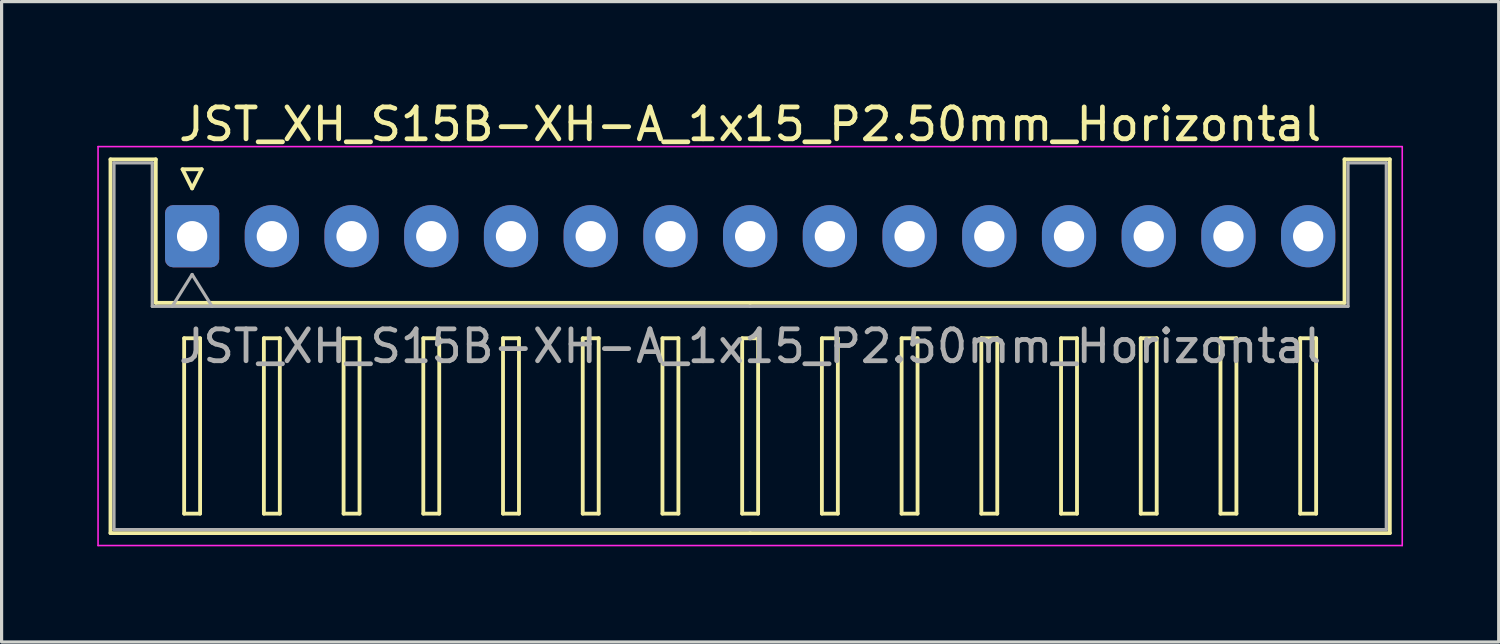
<source format=kicad_pcb>
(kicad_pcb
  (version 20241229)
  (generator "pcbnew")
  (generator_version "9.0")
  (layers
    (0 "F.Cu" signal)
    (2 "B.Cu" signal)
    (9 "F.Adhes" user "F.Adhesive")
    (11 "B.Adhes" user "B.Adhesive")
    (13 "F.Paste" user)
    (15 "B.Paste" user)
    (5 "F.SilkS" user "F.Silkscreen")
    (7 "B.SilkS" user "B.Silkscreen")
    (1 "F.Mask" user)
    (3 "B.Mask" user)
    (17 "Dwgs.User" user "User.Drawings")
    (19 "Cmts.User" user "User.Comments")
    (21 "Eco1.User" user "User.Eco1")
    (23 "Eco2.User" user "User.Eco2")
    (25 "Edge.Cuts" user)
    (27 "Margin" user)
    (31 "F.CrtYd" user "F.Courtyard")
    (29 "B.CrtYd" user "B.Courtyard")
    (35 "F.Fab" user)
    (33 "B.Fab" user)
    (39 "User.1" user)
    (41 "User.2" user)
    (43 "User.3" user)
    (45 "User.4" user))
  (footprint "JST_XH_S15B-XH-A_1x15_P2.50mm_Horizontal"
    (layer "F.Cu")
    (at 2.975 4.358)
    (property "Reference" "JST_XH_S15B-XH-A_1x15_P2.50mm_Horizontal" (at 17.5 -3.51 0) (layer "F.SilkS") (effects (font (size 1 1) (thickness 0.15))))
    (attr through_hole)
    (fp_line (start -2.56 -2.41) (end -1.14 -2.41) (stroke (width 0.12) (type solid)) (layer "F.SilkS"))
    (fp_line (start -2.56 9.31) (end -2.56 -2.41) (stroke (width 0.12) (type solid)) (layer "F.SilkS"))
    (fp_line (start -1.14 -2.41) (end -1.14 2.09) (stroke (width 0.12) (type solid)) (layer "F.SilkS"))
    (fp_line (start -1.14 2.09) (end 17.5 2.09) (stroke (width 0.12) (type solid)) (layer "F.SilkS"))
    (fp_line (start -0.3 -2.1) (end 0.3 -2.1) (stroke (width 0.12) (type solid)) (layer "F.SilkS"))
    (fp_line (start -0.25 3.2) (end -0.25 8.7) (stroke (width 0.12) (type solid)) (layer "F.SilkS"))
    (fp_line (start -0.25 8.7) (end 0.25 8.7) (stroke (width 0.12) (type solid)) (layer "F.SilkS"))
    (fp_line (start 0 -1.5) (end -0.3 -2.1) (stroke (width 0.12) (type solid)) (layer "F.SilkS"))
    (fp_line (start 0.25 3.2) (end -0.25 3.2) (stroke (width 0.12) (type solid)) (layer "F.SilkS"))
    (fp_line (start 0.25 8.7) (end 0.25 3.2) (stroke (width 0.12) (type solid)) (layer "F.SilkS"))
    (fp_line (start 0.3 -2.1) (end 0 -1.5) (stroke (width 0.12) (type solid)) (layer "F.SilkS"))
    (fp_line (start 2.25 3.2) (end 2.25 8.7) (stroke (width 0.12) (type solid)) (layer "F.SilkS"))
    (fp_line (start 2.25 8.7) (end 2.75 8.7) (stroke (width 0.12) (type solid)) (layer "F.SilkS"))
    (fp_line (start 2.75 3.2) (end 2.25 3.2) (stroke (width 0.12) (type solid)) (layer "F.SilkS"))
    (fp_line (start 2.75 8.7) (end 2.75 3.2) (stroke (width 0.12) (type solid)) (layer "F.SilkS"))
    (fp_line (start 4.75 3.2) (end 4.75 8.7) (stroke (width 0.12) (type solid)) (layer "F.SilkS"))
    (fp_line (start 4.75 8.7) (end 5.25 8.7) (stroke (width 0.12) (type solid)) (layer "F.SilkS"))
    (fp_line (start 5.25 3.2) (end 4.75 3.2) (stroke (width 0.12) (type solid)) (layer "F.SilkS"))
    (fp_line (start 5.25 8.7) (end 5.25 3.2) (stroke (width 0.12) (type solid)) (layer "F.SilkS"))
    (fp_line (start 7.25 3.2) (end 7.25 8.7) (stroke (width 0.12) (type solid)) (layer "F.SilkS"))
    (fp_line (start 7.25 8.7) (end 7.75 8.7) (stroke (width 0.12) (type solid)) (layer "F.SilkS"))
    (fp_line (start 7.75 3.2) (end 7.25 3.2) (stroke (width 0.12) (type solid)) (layer "F.SilkS"))
    (fp_line (start 7.75 8.7) (end 7.75 3.2) (stroke (width 0.12) (type solid)) (layer "F.SilkS"))
    (fp_line (start 9.75 3.2) (end 9.75 8.7) (stroke (width 0.12) (type solid)) (layer "F.SilkS"))
    (fp_line (start 9.75 8.7) (end 10.25 8.7) (stroke (width 0.12) (type solid)) (layer "F.SilkS"))
    (fp_line (start 10.25 3.2) (end 9.75 3.2) (stroke (width 0.12) (type solid)) (layer "F.SilkS"))
    (fp_line (start 10.25 8.7) (end 10.25 3.2) (stroke (width 0.12) (type solid)) (layer "F.SilkS"))
    (fp_line (start 12.25 3.2) (end 12.25 8.7) (stroke (width 0.12) (type solid)) (layer "F.SilkS"))
    (fp_line (start 12.25 8.7) (end 12.75 8.7) (stroke (width 0.12) (type solid)) (layer "F.SilkS"))
    (fp_line (start 12.75 3.2) (end 12.25 3.2) (stroke (width 0.12) (type solid)) (layer "F.SilkS"))
    (fp_line (start 12.75 8.7) (end 12.75 3.2) (stroke (width 0.12) (type solid)) (layer "F.SilkS"))
    (fp_line (start 14.75 3.2) (end 14.75 8.7) (stroke (width 0.12) (type solid)) (layer "F.SilkS"))
    (fp_line (start 14.75 8.7) (end 15.25 8.7) (stroke (width 0.12) (type solid)) (layer "F.SilkS"))
    (fp_line (start 15.25 3.2) (end 14.75 3.2) (stroke (width 0.12) (type solid)) (layer "F.SilkS"))
    (fp_line (start 15.25 8.7) (end 15.25 3.2) (stroke (width 0.12) (type solid)) (layer "F.SilkS"))
    (fp_line (start 17.25 3.2) (end 17.25 8.7) (stroke (width 0.12) (type solid)) (layer "F.SilkS"))
    (fp_line (start 17.25 8.7) (end 17.75 8.7) (stroke (width 0.12) (type solid)) (layer "F.SilkS"))
    (fp_line (start 17.5 9.31) (end -2.56 9.31) (stroke (width 0.12) (type solid)) (layer "F.SilkS"))
    (fp_line (start 17.5 9.31) (end 37.56 9.31) (stroke (width 0.12) (type solid)) (layer "F.SilkS"))
    (fp_line (start 17.75 3.2) (end 17.25 3.2) (stroke (width 0.12) (type solid)) (layer "F.SilkS"))
    (fp_line (start 17.75 8.7) (end 17.75 3.2) (stroke (width 0.12) (type solid)) (layer "F.SilkS"))
    (fp_line (start 19.75 3.2) (end 19.75 8.7) (stroke (width 0.12) (type solid)) (layer "F.SilkS"))
    (fp_line (start 19.75 8.7) (end 20.25 8.7) (stroke (width 0.12) (type solid)) (layer "F.SilkS"))
    (fp_line (start 20.25 3.2) (end 19.75 3.2) (stroke (width 0.12) (type solid)) (layer "F.SilkS"))
    (fp_line (start 20.25 8.7) (end 20.25 3.2) (stroke (width 0.12) (type solid)) (layer "F.SilkS"))
    (fp_line (start 22.25 3.2) (end 22.25 8.7) (stroke (width 0.12) (type solid)) (layer "F.SilkS"))
    (fp_line (start 22.25 8.7) (end 22.75 8.7) (stroke (width 0.12) (type solid)) (layer "F.SilkS"))
    (fp_line (start 22.75 3.2) (end 22.25 3.2) (stroke (width 0.12) (type solid)) (layer "F.SilkS"))
    (fp_line (start 22.75 8.7) (end 22.75 3.2) (stroke (width 0.12) (type solid)) (layer "F.SilkS"))
    (fp_line (start 24.75 3.2) (end 24.75 8.7) (stroke (width 0.12) (type solid)) (layer "F.SilkS"))
    (fp_line (start 24.75 8.7) (end 25.25 8.7) (stroke (width 0.12) (type solid)) (layer "F.SilkS"))
    (fp_line (start 25.25 3.2) (end 24.75 3.2) (stroke (width 0.12) (type solid)) (layer "F.SilkS"))
    (fp_line (start 25.25 8.7) (end 25.25 3.2) (stroke (width 0.12) (type solid)) (layer "F.SilkS"))
    (fp_line (start 27.25 3.2) (end 27.25 8.7) (stroke (width 0.12) (type solid)) (layer "F.SilkS"))
    (fp_line (start 27.25 8.7) (end 27.75 8.7) (stroke (width 0.12) (type solid)) (layer "F.SilkS"))
    (fp_line (start 27.75 3.2) (end 27.25 3.2) (stroke (width 0.12) (type solid)) (layer "F.SilkS"))
    (fp_line (start 27.75 8.7) (end 27.75 3.2) (stroke (width 0.12) (type solid)) (layer "F.SilkS"))
    (fp_line (start 29.75 3.2) (end 29.75 8.7) (stroke (width 0.12) (type solid)) (layer "F.SilkS"))
    (fp_line (start 29.75 8.7) (end 30.25 8.7) (stroke (width 0.12) (type solid)) (layer "F.SilkS"))
    (fp_line (start 30.25 3.2) (end 29.75 3.2) (stroke (width 0.12) (type solid)) (layer "F.SilkS"))
    (fp_line (start 30.25 8.7) (end 30.25 3.2) (stroke (width 0.12) (type solid)) (layer "F.SilkS"))
    (fp_line (start 32.25 3.2) (end 32.25 8.7) (stroke (width 0.12) (type solid)) (layer "F.SilkS"))
    (fp_line (start 32.25 8.7) (end 32.75 8.7) (stroke (width 0.12) (type solid)) (layer "F.SilkS"))
    (fp_line (start 32.75 3.2) (end 32.25 3.2) (stroke (width 0.12) (type solid)) (layer "F.SilkS"))
    (fp_line (start 32.75 8.7) (end 32.75 3.2) (stroke (width 0.12) (type solid)) (layer "F.SilkS"))
    (fp_line (start 34.75 3.2) (end 34.75 8.7) (stroke (width 0.12) (type solid)) (layer "F.SilkS"))
    (fp_line (start 34.75 8.7) (end 35.25 8.7) (stroke (width 0.12) (type solid)) (layer "F.SilkS"))
    (fp_line (start 35.25 3.2) (end 34.75 3.2) (stroke (width 0.12) (type solid)) (layer "F.SilkS"))
    (fp_line (start 35.25 8.7) (end 35.25 3.2) (stroke (width 0.12) (type solid)) (layer "F.SilkS"))
    (fp_line (start 36.14 -2.41) (end 36.14 2.09) (stroke (width 0.12) (type solid)) (layer "F.SilkS"))
    (fp_line (start 36.14 2.09) (end 17.5 2.09) (stroke (width 0.12) (type solid)) (layer "F.SilkS"))
    (fp_line (start 37.56 -2.41) (end 36.14 -2.41) (stroke (width 0.12) (type solid)) (layer "F.SilkS"))
    (fp_line (start 37.56 9.31) (end 37.56 -2.41) (stroke (width 0.12) (type solid)) (layer "F.SilkS"))
    (fp_line (start -2.95 -2.81) (end -2.95 9.7) (stroke (width 0.05) (type solid)) (layer "F.CrtYd"))
    (fp_line (start -2.95 9.7) (end 37.95 9.7) (stroke (width 0.05) (type solid)) (layer "F.CrtYd"))
    (fp_line (start 37.95 -2.81) (end -2.95 -2.81) (stroke (width 0.05) (type solid)) (layer "F.CrtYd"))
    (fp_line (start 37.95 9.7) (end 37.95 -2.81) (stroke (width 0.05) (type solid)) (layer "F.CrtYd"))
    (fp_line (start -2.45 -2.3) (end -1.25 -2.3) (stroke (width 0.1) (type solid)) (layer "F.Fab"))
    (fp_line (start -2.45 9.2) (end -2.45 -2.3) (stroke (width 0.1) (type solid)) (layer "F.Fab"))
    (fp_line (start -1.25 -2.3) (end -1.25 2.2) (stroke (width 0.1) (type solid)) (layer "F.Fab"))
    (fp_line (start -1.25 2.2) (end 17.5 2.2) (stroke (width 0.1) (type solid)) (layer "F.Fab"))
    (fp_line (start -0.625 2.2) (end 0 1.2) (stroke (width 0.1) (type solid)) (layer "F.Fab"))
    (fp_line (start 0 1.2) (end 0.625 2.2) (stroke (width 0.1) (type solid)) (layer "F.Fab"))
    (fp_line (start 17.5 9.2) (end -2.45 9.2) (stroke (width 0.1) (type solid)) (layer "F.Fab"))
    (fp_line (start 17.5 9.2) (end 37.45 9.2) (stroke (width 0.1) (type solid)) (layer "F.Fab"))
    (fp_line (start 36.25 -2.3) (end 36.25 2.2) (stroke (width 0.1) (type solid)) (layer "F.Fab"))
    (fp_line (start 36.25 2.2) (end 17.5 2.2) (stroke (width 0.1) (type solid)) (layer "F.Fab"))
    (fp_line (start 37.45 -2.3) (end 36.25 -2.3) (stroke (width 0.1) (type solid)) (layer "F.Fab"))
    (fp_line (start 37.45 9.2) (end 37.45 -2.3) (stroke (width 0.1) (type solid)) (layer "F.Fab"))
    (fp_text user "${REFERENCE}" (at 17.5 3.45 0) (layer "F.Fab") (effects (font (size 1 1) (thickness 0.15))))
    (pad "1" thru_hole roundrect (at 0 0) (size 1.7 1.95) (drill 0.95) (layers "*.Cu" "*.Mask") (roundrect_rratio 0.147))
    (pad "2" thru_hole oval (at 2.5 0) (size 1.7 1.95) (drill 0.95) (layers "*.Cu" "*.Mask"))
    (pad "3" thru_hole oval (at 5 0) (size 1.7 1.95) (drill 0.95) (layers "*.Cu" "*.Mask"))
    (pad "4" thru_hole oval (at 7.5 0) (size 1.7 1.95) (drill 0.95) (layers "*.Cu" "*.Mask"))
    (pad "5" thru_hole oval (at 10 0) (size 1.7 1.95) (drill 0.95) (layers "*.Cu" "*.Mask"))
    (pad "6" thru_hole oval (at 12.5 0) (size 1.7 1.95) (drill 0.95) (layers "*.Cu" "*.Mask"))
    (pad "7" thru_hole oval (at 15 0) (size 1.7 1.95) (drill 0.95) (layers "*.Cu" "*.Mask"))
    (pad "8" thru_hole oval (at 17.5 0) (size 1.7 1.95) (drill 0.95) (layers "*.Cu" "*.Mask"))
    (pad "9" thru_hole oval (at 20 0) (size 1.7 1.95) (drill 0.95) (layers "*.Cu" "*.Mask"))
    (pad "10" thru_hole oval (at 22.5 0) (size 1.7 1.95) (drill 0.95) (layers "*.Cu" "*.Mask"))
    (pad "11" thru_hole oval (at 25 0) (size 1.7 1.95) (drill 0.95) (layers "*.Cu" "*.Mask"))
    (pad "12" thru_hole oval (at 27.5 0) (size 1.7 1.95) (drill 0.95) (layers "*.Cu" "*.Mask"))
    (pad "13" thru_hole oval (at 30 0) (size 1.7 1.95) (drill 0.95) (layers "*.Cu" "*.Mask"))
    (pad "14" thru_hole oval (at 32.5 0) (size 1.7 1.95) (drill 0.95) (layers "*.Cu" "*.Mask"))
    (pad "15" thru_hole oval (at 35 0) (size 1.7 1.95) (drill 0.95) (layers "*.Cu" "*.Mask")))
  (gr_rect
    (start -3 -3)
    (end 43.95 17.083)
    (stroke (width 0.1) (type default))
    (fill no)
    (layer "Edge.Cuts")))
</source>
